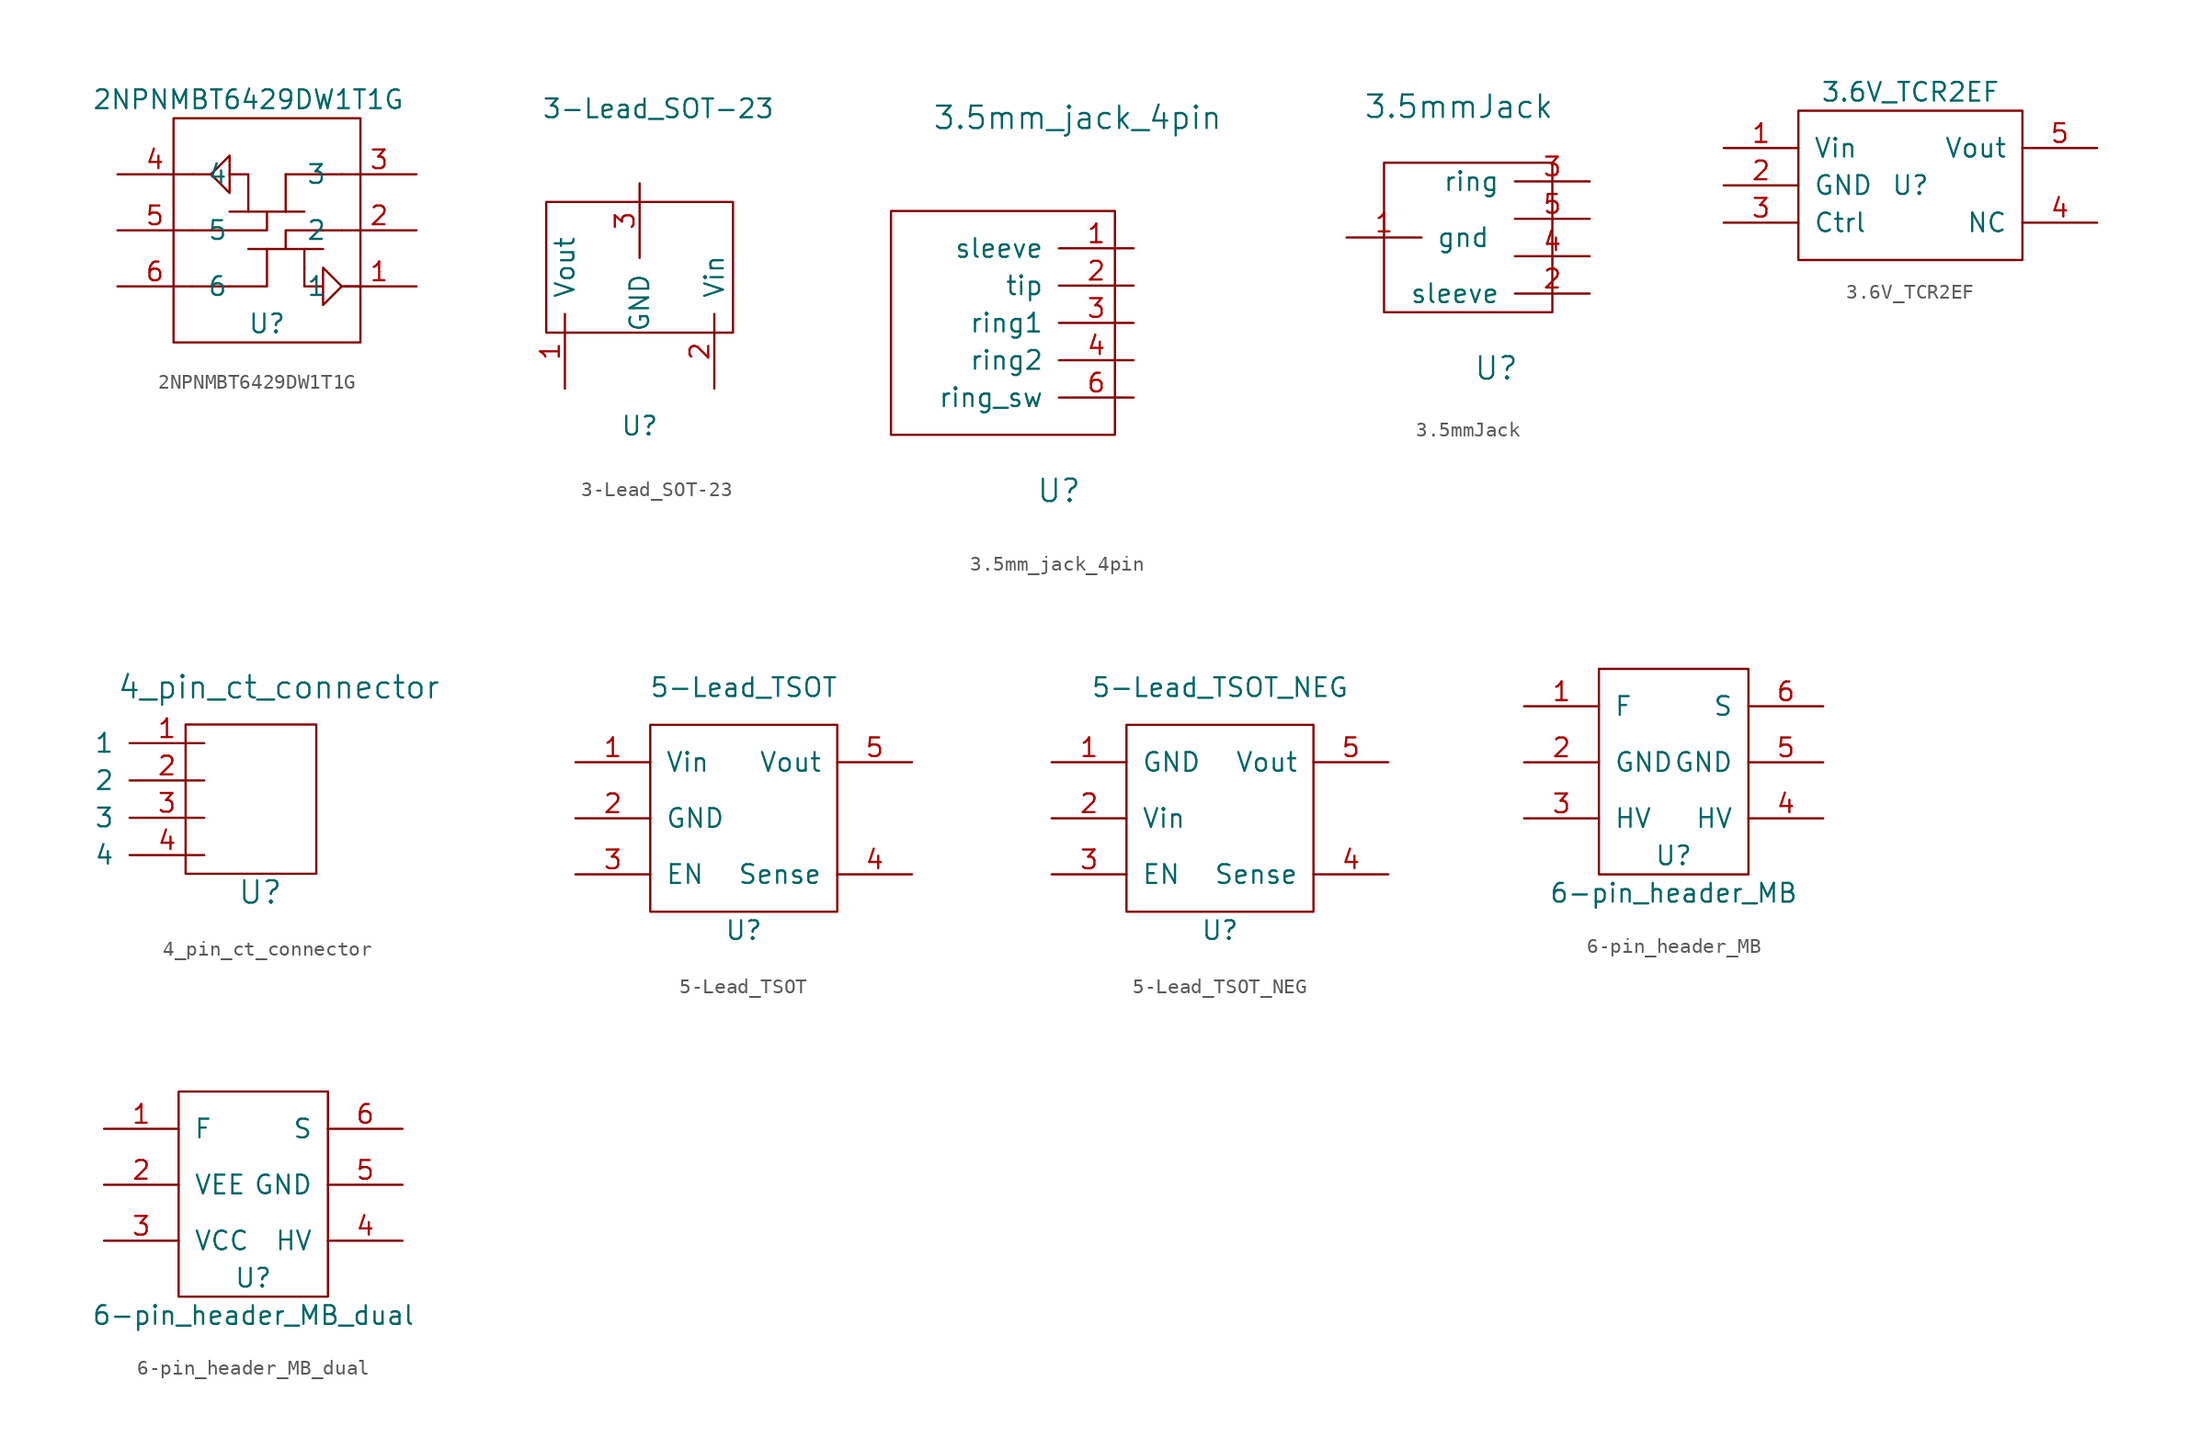
<source format=kicad_sym>
(kicad_symbol_lib
  (version 20220914)
  (generator kicad_symbol_editor)
  (symbol "2NPNMBT6429DW1T1G"
    (pin_names
      (offset 1.016))
    (property "Reference" "U"
      (at 0 -6.35 0)
      (effects (font (size 1.27 1.27))))
    (property "Value" "2NPNMBT6429DW1T1G"
      (at -1.27 8.89 0)
      (effects (font (size 1.27 1.27))))
    (symbol "2NPNMBT6429DW1T1G_0_1"
      (rectangle (start -6.35 7.62) (end 6.35 -7.62) (stroke (width 0) (type solid)) (fill (type none)))
      (polyline (pts (xy -2.54 -3.81) (xy -5.08 -3.81)) (stroke (width 0) (type solid)) (fill (type none)))
      (polyline (pts (xy -1.27 1.27) (xy -2.54 1.27)) (stroke (width 0) (type solid)) (fill (type none)))
      (polyline (pts (xy 0 -1.27) (xy -1.27 -1.27)) (stroke (width 0) (type solid)) (fill (type none)))
      (polyline (pts (xy 1.27 1.27) (xy 2.54 1.27)) (stroke (width 0) (type solid)) (fill (type none)))
      (polyline (pts (xy 1.27 3.81) (xy 1.27 1.27)) (stroke (width 0) (type solid)) (fill (type none)))
      (polyline (pts (xy 1.27 3.81) (xy 5.08 3.81)) (stroke (width 0) (type solid)) (fill (type none)))
      (polyline (pts (xy 2.54 -2.54) (xy 2.54 -1.27)) (stroke (width 0) (type solid)) (fill (type none)))
      (polyline (pts (xy 3.81 -1.27) (xy 0 -1.27)) (stroke (width 0) (type solid)) (fill (type none)))
      (polyline (pts (xy 3.81 0) (xy 5.08 0)) (stroke (width 0) (type solid)) (fill (type none)))
      (polyline (pts (xy 5.08 -3.81) (xy 6.35 -3.81)) (stroke (width 0) (type solid)) (fill (type none)))
      (polyline (pts (xy 0 -1.27) (xy 0 -3.81) (xy -2.54 -3.81)) (stroke (width 0) (type solid)) (fill (type none)))
      (polyline (pts (xy 0 1.27) (xy 0 0) (xy -5.08 0)) (stroke (width 0) (type solid)) (fill (type none)))
      (polyline (pts (xy 1.27 -1.27) (xy 1.27 0) (xy 3.81 0)) (stroke (width 0) (type solid)) (fill (type none)))
      (polyline (pts (xy -2.54 3.81) (xy -1.27 3.81) (xy -1.27 1.27) (xy 1.27 1.27)) (stroke (width 0) (type solid)) (fill (type none)))
      (polyline (pts (xy -5.08 3.81) (xy -3.81 3.81) (xy -2.54 5.08) (xy -2.54 2.54) (xy -3.81 3.81)) (stroke (width 0) (type solid)) (fill (type none)))
      (polyline (pts (xy 2.54 -2.54) (xy 2.54 -3.81) (xy 3.81 -3.81) (xy 3.81 -2.54) (xy 5.08 -3.81) (xy 3.81 -5.08) (xy 3.81 -3.81)) (stroke (width 0) (type solid)) (fill (type none))))
    (symbol "2NPNMBT6429DW1T1G_1_1"
      (pin input line (at 10.16 -3.81 180) (length 5.08) (name "1" (effects (font (size 1.27 1.27)))) (number "1" (effects (font (size 1.27 1.27)))))
      (pin input line (at 10.16 0 180) (length 5.08) (name "2" (effects (font (size 1.27 1.27)))) (number "2" (effects (font (size 1.27 1.27)))))
      (pin input line (at 10.16 3.81 180) (length 5.08) (name "3" (effects (font (size 1.27 1.27)))) (number "3" (effects (font (size 1.27 1.27)))))
      (pin input line (at -10.16 3.81 0) (length 5.08) (name "4" (effects (font (size 1.27 1.27)))) (number "4" (effects (font (size 1.27 1.27)))))
      (pin input line (at -10.16 0 0) (length 5.08) (name "5" (effects (font (size 1.27 1.27)))) (number "5" (effects (font (size 1.27 1.27)))))
      (pin input line (at -10.16 -3.81 0) (length 5.08) (name "6" (effects (font (size 1.27 1.27)))) (number "6" (effects (font (size 1.27 1.27)))))))
  (symbol "3-Lead_SOT-23"
    (pin_names
      (offset 1.016))
    (property "Reference" "U"
      (at 0 -12.7 0)
      (effects (font (size 1.27 1.27))))
    (property "Value" "3-Lead_SOT-23"
      (at 1.27 8.89 0)
      (effects (font (size 1.27 1.27))))
    (symbol "3-Lead_SOT-23_0_1"
      (rectangle (start -6.35 2.54) (end 6.35 -6.35) (stroke (width 0) (type solid)) (fill (type none))))
    (symbol "3-Lead_SOT-23_1_1"
      (pin input line (at -5.08 -10.16 90) (length 5.08) (name "Vout" (effects (font (size 1.27 1.27)))) (number "1" (effects (font (size 1.27 1.27)))))
      (pin input line (at 5.08 -10.16 90) (length 5.08) (name "Vin" (effects (font (size 1.27 1.27)))) (number "2" (effects (font (size 1.27 1.27)))))
      (pin input line (at 0 3.81 270) (length 5.08) (name "GND" (effects (font (size 1.27 1.27)))) (number "3" (effects (font (size 1.27 1.27)))))))
  (symbol "3.5mm_jack_4pin"
    (pin_names
      (offset 1.016))
    (property "Reference" "U"
      (at 0 -11.43 0)
      (effects (font (size 1.524 1.524))))
    (property "Value" "3.5mm_jack_4pin"
      (at 1.27 13.97 0)
      (effects (font (size 1.524 1.524))))
    (property "Footprint" ""
      (at 0 -2.54 0)
      (effects (font (size 1.524 1.524))))
    (property "Datasheet" ""
      (at 0 -2.54 0)
      (effects (font (size 1.524 1.524))))
    (symbol "3.5mm_jack_4pin_0_1"
      (rectangle (start 3.81 -7.62) (end -11.43 7.62) (stroke (width 0) (type solid)) (fill (type none))))
    (symbol "3.5mm_jack_4pin_1_1"
      (pin input line (at 5.08 5.08 180) (length 5.08) (name "sleeve" (effects (font (size 1.27 1.27)))) (number "1" (effects (font (size 1.27 1.27)))))
      (pin input line (at 5.08 2.54 180) (length 5.08) (name "tip" (effects (font (size 1.27 1.27)))) (number "2" (effects (font (size 1.27 1.27)))))
      (pin input line (at 5.08 0 180) (length 5.08) (name "ring1" (effects (font (size 1.27 1.27)))) (number "3" (effects (font (size 1.27 1.27)))))
      (pin input line (at 5.08 -2.54 180) (length 5.08) (name "ring2" (effects (font (size 1.27 1.27)))) (number "4" (effects (font (size 1.27 1.27)))))
      (pin input line (at 5.08 -5.08 180) (length 5.08) (name "ring_sw" (effects (font (size 1.27 1.27)))) (number "6" (effects (font (size 1.27 1.27)))))))
  (symbol "3.5mmJack"
    (pin_names
      (offset 1.016))
    (property "Reference" "U"
      (at 1.27 -8.89 0)
      (effects (font (size 1.524 1.524))))
    (property "Value" "3.5mmJack"
      (at -1.27 8.89 0)
      (effects (font (size 1.524 1.524))))
    (property "Footprint" ""
      (at 0 0 0)
      (effects (font (size 1.524 1.524))))
    (property "Datasheet" ""
      (at 0 0 0)
      (effects (font (size 1.524 1.524))))
    (symbol "3.5mmJack_0_1"
      (rectangle (start -6.35 5.08) (end 5.08 -5.08) (stroke (width 0) (type solid)) (fill (type none))))
    (symbol "3.5mmJack_1_1"
      (pin input line (at -8.89 0 0) (length 5.08) (name "gnd" (effects (font (size 1.27 1.27)))) (number "1" (effects (font (size 1.27 1.27)))))
      (pin input line (at 7.62 -3.81 180) (length 5.08) (name "sleeve" (effects (font (size 1.27 1.27)))) (number "2" (effects (font (size 1.27 1.27)))))
      (pin input line (at 7.62 3.81 180) (length 5.08) (name "ring" (effects (font (size 1.27 1.27)))) (number "3" (effects (font (size 1.27 1.27)))))
      (pin input line (at 7.62 -1.27 180) (length 5.08) (name "~" (effects (font (size 1.27 1.27)))) (number "4" (effects (font (size 1.27 1.27)))))
      (pin input line (at 7.62 1.27 180) (length 5.08) (name "~" (effects (font (size 1.27 1.27)))) (number "5" (effects (font (size 1.27 1.27)))))))
  (symbol "3.6V_TCR2EF"
    (pin_names
      (offset 1.016))
    (property "Reference" "U"
      (at 0 0 0)
      (effects (font (size 1.27 1.27))))
    (property "Value" "3.6V_TCR2EF"
      (at 0 6.35 0)
      (effects (font (size 1.27 1.27))))
    (symbol "3.6V_TCR2EF_0_1"
      (rectangle (start -7.62 5.08) (end 7.62 -5.08) (stroke (width 0) (type solid)) (fill (type none))))
    (symbol "3.6V_TCR2EF_1_1"
      (pin input line (at -12.7 2.54 0) (length 5.08) (name "Vin" (effects (font (size 1.27 1.27)))) (number "1" (effects (font (size 1.27 1.27)))))
      (pin input line (at -12.7 0 0) (length 5.08) (name "GND" (effects (font (size 1.27 1.27)))) (number "2" (effects (font (size 1.27 1.27)))))
      (pin input line (at -12.7 -2.54 0) (length 5.08) (name "Ctrl" (effects (font (size 1.27 1.27)))) (number "3" (effects (font (size 1.27 1.27)))))
      (pin input line (at 12.7 -2.54 180) (length 5.08) (name "NC" (effects (font (size 1.27 1.27)))) (number "4" (effects (font (size 1.27 1.27)))))
      (pin input line (at 12.7 2.54 180) (length 5.08) (name "Vout" (effects (font (size 1.27 1.27)))) (number "5" (effects (font (size 1.27 1.27)))))))
  (symbol "4_pin_ct_connector"
    (pin_names
      (offset 1.016))
    (property "Reference" "U"
      (at 0 -6.35 0)
      (effects (font (size 1.524 1.524))))
    (property "Value" "4_pin_ct_connector"
      (at 1.27 7.62 0)
      (effects (font (size 1.524 1.524))))
    (property "Footprint" ""
      (at 0 0 0)
      (effects (font (size 1.524 1.524))))
    (property "Datasheet" ""
      (at 0 0 0)
      (effects (font (size 1.524 1.524))))
    (symbol "4_pin_ct_connector_0_1"
      (rectangle (start 3.81 5.08) (end -5.08 -5.08) (stroke (width 0) (type solid)) (fill (type none))))
    (symbol "4_pin_ct_connector_1_1"
      (pin input line (at -3.81 3.81 180) (length 5.08) (name "1" (effects (font (size 1.27 1.27)))) (number "1" (effects (font (size 1.27 1.27)))))
      (pin input line (at -3.81 1.27 180) (length 5.08) (name "2" (effects (font (size 1.27 1.27)))) (number "2" (effects (font (size 1.27 1.27)))))
      (pin input line (at -3.81 -1.27 180) (length 5.08) (name "3" (effects (font (size 1.27 1.27)))) (number "3" (effects (font (size 1.27 1.27)))))
      (pin input line (at -3.81 -3.81 180) (length 5.08) (name "4" (effects (font (size 1.27 1.27)))) (number "4" (effects (font (size 1.27 1.27)))))))
  (symbol "5-Lead_TSOT"
    (pin_names
      (offset 1.016))
    (property "Reference" "U"
      (at 0 -3.81 0)
      (effects (font (size 1.27 1.27))))
    (property "Value" "5-Lead_TSOT"
      (at 0 12.7 0)
      (effects (font (size 1.27 1.27))))
    (symbol "5-Lead_TSOT_0_1"
      (rectangle (start -6.35 10.16) (end 6.35 -2.54) (stroke (width 0) (type solid)) (fill (type none))))
    (symbol "5-Lead_TSOT_1_1"
      (pin input line (at -11.43 7.62 0) (length 5.08) (name "Vin" (effects (font (size 1.27 1.27)))) (number "1" (effects (font (size 1.27 1.27)))))
      (pin input line (at -11.43 3.81 0) (length 5.08) (name "GND" (effects (font (size 1.27 1.27)))) (number "2" (effects (font (size 1.27 1.27)))))
      (pin input line (at -11.43 0 0) (length 5.08) (name "EN" (effects (font (size 1.27 1.27)))) (number "3" (effects (font (size 1.27 1.27)))))
      (pin input line (at 11.43 0 180) (length 5.08) (name "Sense" (effects (font (size 1.27 1.27)))) (number "4" (effects (font (size 1.27 1.27)))))
      (pin input line (at 11.43 7.62 180) (length 5.08) (name "Vout" (effects (font (size 1.27 1.27)))) (number "5" (effects (font (size 1.27 1.27)))))))
  (symbol "5-Lead_TSOT_NEG"
    (pin_names
      (offset 1.016))
    (property "Reference" "U"
      (at 0 -3.81 0)
      (effects (font (size 1.27 1.27))))
    (property "Value" "5-Lead_TSOT_NEG"
      (at 0 12.7 0)
      (effects (font (size 1.27 1.27))))
    (symbol "5-Lead_TSOT_NEG_0_1"
      (rectangle (start -6.35 10.16) (end 6.35 -2.54) (stroke (width 0) (type solid)) (fill (type none))))
    (symbol "5-Lead_TSOT_NEG_1_1"
      (pin input line (at -11.43 7.62 0) (length 5.08) (name "GND" (effects (font (size 1.27 1.27)))) (number "1" (effects (font (size 1.27 1.27)))))
      (pin input line (at -11.43 3.81 0) (length 5.08) (name "Vin" (effects (font (size 1.27 1.27)))) (number "2" (effects (font (size 1.27 1.27)))))
      (pin input line (at -11.43 0 0) (length 5.08) (name "EN" (effects (font (size 1.27 1.27)))) (number "3" (effects (font (size 1.27 1.27)))))
      (pin input line (at 11.43 0 180) (length 5.08) (name "Sense" (effects (font (size 1.27 1.27)))) (number "4" (effects (font (size 1.27 1.27)))))
      (pin input line (at 11.43 7.62 180) (length 5.08) (name "Vout" (effects (font (size 1.27 1.27)))) (number "5" (effects (font (size 1.27 1.27)))))))
  (symbol "6-pin_header_MB"
    (pin_names
      (offset 1.016))
    (property "Reference" "U"
      (at 0 -6.35 0)
      (effects (font (size 1.27 1.27))))
    (property "Value" "6-pin_header_MB"
      (at 0 -8.89 0)
      (effects (font (size 1.27 1.27))))
    (symbol "6-pin_header_MB_0_1"
      (rectangle (start 5.08 6.35) (end -5.08 -7.62) (stroke (width 0) (type solid)) (fill (type none))))
    (symbol "6-pin_header_MB_1_1"
      (pin input line (at -10.16 3.81 0) (length 5.08) (name "F" (effects (font (size 1.27 1.27)))) (number "1" (effects (font (size 1.27 1.27)))))
      (pin input line (at -10.16 0 0) (length 5.08) (name "GND" (effects (font (size 1.27 1.27)))) (number "2" (effects (font (size 1.27 1.27)))))
      (pin input line (at -10.16 -3.81 0) (length 5.08) (name "HV" (effects (font (size 1.27 1.27)))) (number "3" (effects (font (size 1.27 1.27)))))
      (pin input line (at 10.16 -3.81 180) (length 5.08) (name "HV" (effects (font (size 1.27 1.27)))) (number "4" (effects (font (size 1.27 1.27)))))
      (pin input line (at 10.16 0 180) (length 5.08) (name "GND" (effects (font (size 1.27 1.27)))) (number "5" (effects (font (size 1.27 1.27)))))
      (pin input line (at 10.16 3.81 180) (length 5.08) (name "S" (effects (font (size 1.27 1.27)))) (number "6" (effects (font (size 1.27 1.27)))))))
  (symbol "6-pin_header_MB_dual"
    (pin_names
      (offset 1.016))
    (property "Reference" "U"
      (at 0 -6.35 0)
      (effects (font (size 1.27 1.27))))
    (property "Value" "6-pin_header_MB_dual"
      (at 0 -8.89 0)
      (effects (font (size 1.27 1.27))))
    (symbol "6-pin_header_MB_dual_0_1"
      (rectangle (start 5.08 6.35) (end -5.08 -7.62) (stroke (width 0) (type solid)) (fill (type none))))
    (symbol "6-pin_header_MB_dual_1_1"
      (pin input line (at -10.16 3.81 0) (length 5.08) (name "F" (effects (font (size 1.27 1.27)))) (number "1" (effects (font (size 1.27 1.27)))))
      (pin input line (at -10.16 0 0) (length 5.08) (name "VEE" (effects (font (size 1.27 1.27)))) (number "2" (effects (font (size 1.27 1.27)))))
      (pin input line (at -10.16 -3.81 0) (length 5.08) (name "VCC" (effects (font (size 1.27 1.27)))) (number "3" (effects (font (size 1.27 1.27)))))
      (pin input line (at 10.16 -3.81 180) (length 5.08) (name "HV" (effects (font (size 1.27 1.27)))) (number "4" (effects (font (size 1.27 1.27)))))
      (pin input line (at 10.16 0 180) (length 5.08) (name "GND" (effects (font (size 1.27 1.27)))) (number "5" (effects (font (size 1.27 1.27)))))
      (pin input line (at 10.16 3.81 180) (length 5.08) (name "S" (effects (font (size 1.27 1.27)))) (number "6" (effects (font (size 1.27 1.27))))))))
</source>
